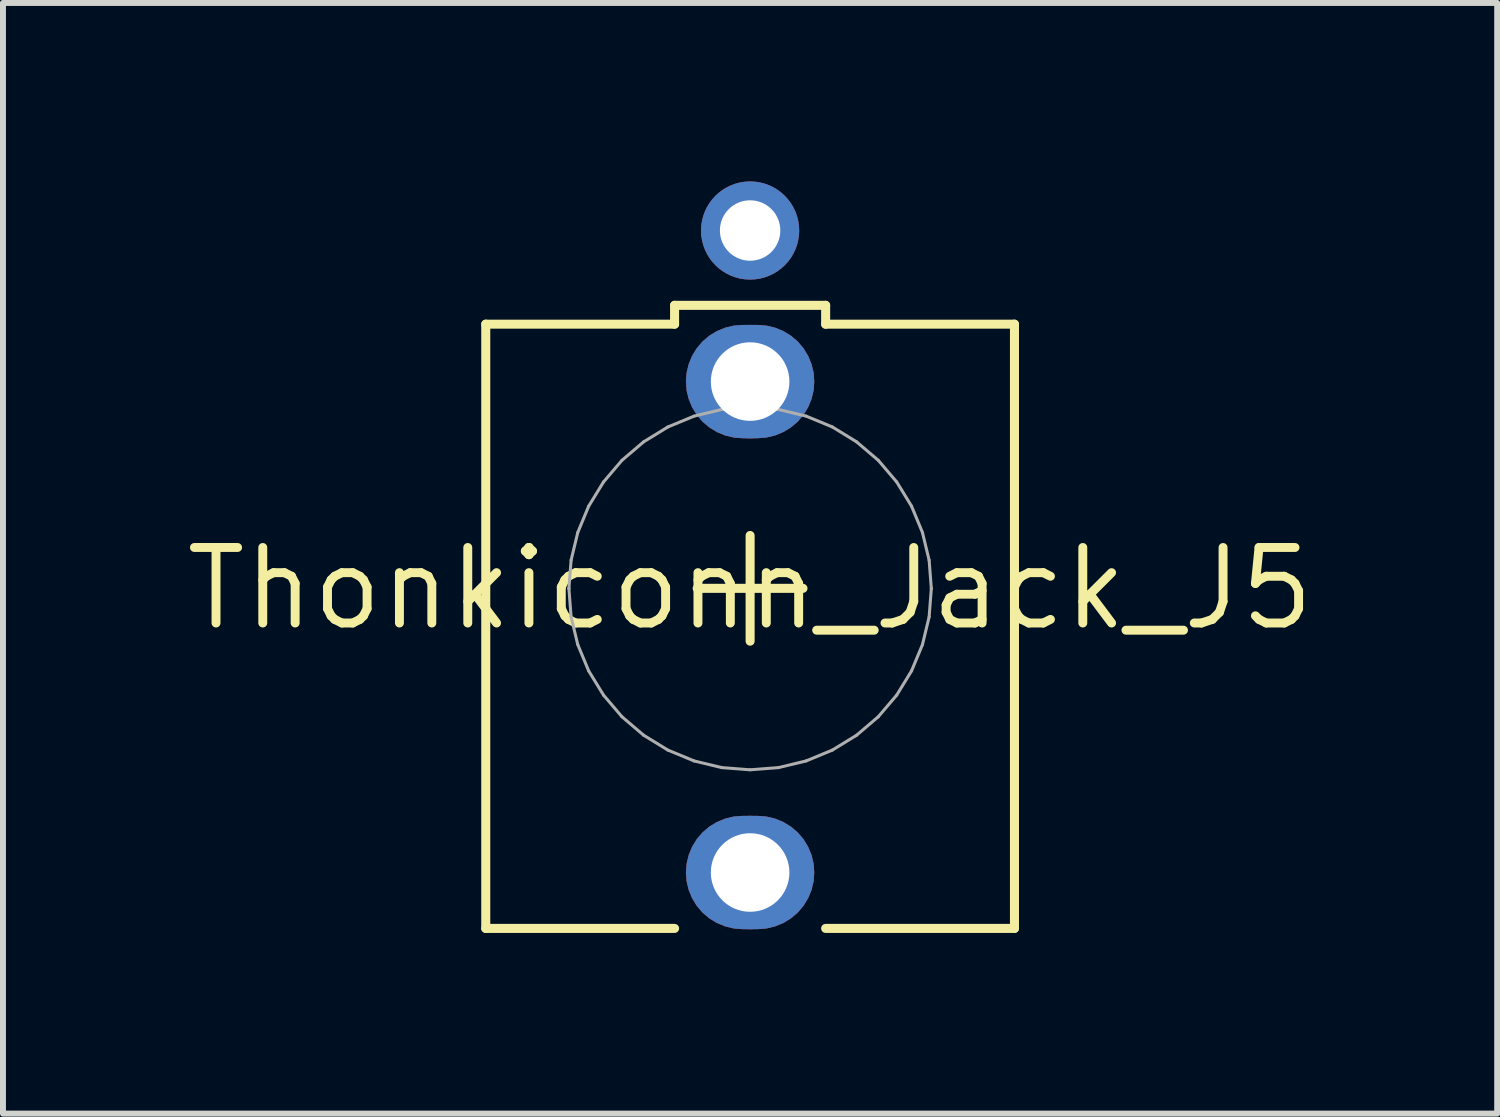
<source format=kicad_pcb>
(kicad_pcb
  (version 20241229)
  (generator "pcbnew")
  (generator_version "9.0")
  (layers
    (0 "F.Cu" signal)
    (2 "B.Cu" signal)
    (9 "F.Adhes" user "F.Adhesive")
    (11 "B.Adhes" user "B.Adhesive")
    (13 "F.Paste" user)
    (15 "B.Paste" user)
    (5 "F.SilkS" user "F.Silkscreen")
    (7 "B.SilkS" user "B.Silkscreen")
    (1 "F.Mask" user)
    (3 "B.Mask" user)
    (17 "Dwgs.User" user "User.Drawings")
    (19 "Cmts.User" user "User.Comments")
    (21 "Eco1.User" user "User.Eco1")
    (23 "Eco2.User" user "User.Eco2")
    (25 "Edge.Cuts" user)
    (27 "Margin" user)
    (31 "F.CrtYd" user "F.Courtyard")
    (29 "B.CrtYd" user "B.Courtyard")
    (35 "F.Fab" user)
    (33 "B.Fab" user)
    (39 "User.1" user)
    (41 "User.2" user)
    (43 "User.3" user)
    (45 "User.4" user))
  (footprint "Thonkiconn_Jack_J5"
    (layer "F.Cu")
    (at 9.563 6.846)
    (property "Reference" "Thonkiconn_Jack_J5" (at 0 0 0) (layer "F.SilkS") (effects (font (size 1.27 1.27) (thickness 0.15))))
    (fp_poly (pts (xy 0.276 -4.421) (xy 0.421 -4.386) (xy 0.559 -4.329) (xy 0.687 -4.251) (xy 0.801 -4.154) (xy 0.898 -4.04) (xy 0.976 -3.912) (xy 1.033 -3.774) (xy 1.068 -3.629) (xy 1.079 -3.48) (xy 1.068 -3.331) (xy 1.033 -3.186) (xy 0.976 -3.048) (xy 0.898 -2.92) (xy 0.801 -2.806) (xy 0.687 -2.709) (xy 0.559 -2.631) (xy 0.421 -2.574) (xy 0.276 -2.539) (xy 0.127 -2.527) (xy -0.127 -2.527) (xy -0.276 -2.539) (xy -0.421 -2.574) (xy -0.559 -2.631) (xy -0.687 -2.709) (xy -0.801 -2.806) (xy -0.898 -2.92) (xy -0.976 -3.048) (xy -1.033 -3.186) (xy -1.068 -3.331) (xy -1.079 -3.48) (xy -1.068 -3.629) (xy -1.033 -3.774) (xy -0.976 -3.912) (xy -0.898 -4.04) (xy -0.801 -4.154) (xy -0.687 -4.251) (xy -0.559 -4.329) (xy -0.421 -4.386) (xy -0.276 -4.421) (xy -0.127 -4.432) (xy 0.127 -4.432)) (stroke (width 0) (type default)) (fill yes) (layer "F.Cu"))
    (fp_poly (pts (xy 0.276 3.834) (xy 0.421 3.869) (xy 0.559 3.926) (xy 0.687 4.004) (xy 0.801 4.101) (xy 0.898 4.215) (xy 0.976 4.343) (xy 1.033 4.481) (xy 1.068 4.626) (xy 1.079 4.775) (xy 1.068 4.924) (xy 1.033 5.069) (xy 0.976 5.207) (xy 0.898 5.335) (xy 0.801 5.449) (xy 0.687 5.546) (xy 0.559 5.624) (xy 0.421 5.681) (xy 0.276 5.716) (xy 0.127 5.728) (xy -0.127 5.728) (xy -0.276 5.716) (xy -0.421 5.681) (xy -0.559 5.624) (xy -0.687 5.546) (xy -0.801 5.449) (xy -0.898 5.335) (xy -0.976 5.207) (xy -1.033 5.069) (xy -1.068 4.924) (xy -1.079 4.775) (xy -1.068 4.626) (xy -1.033 4.481) (xy -0.976 4.343) (xy -0.898 4.215) (xy -0.801 4.101) (xy -0.687 4.004) (xy -0.559 3.926) (xy -0.421 3.869) (xy -0.276 3.834) (xy -0.127 3.823) (xy 0.127 3.823)) (stroke (width 0) (type default)) (fill yes) (layer "F.Cu"))
    (fp_poly (pts (xy 0.292 -4.522) (xy 0.453 -4.483) (xy 0.606 -4.42) (xy 0.748 -4.334) (xy 0.873 -4.226) (xy 0.981 -4.1) (xy 1.067 -3.958) (xy 1.131 -3.806) (xy 1.169 -3.645) (xy 1.182 -3.48) (xy 1.169 -3.315) (xy 1.131 -3.154) (xy 1.067 -3.001) (xy 0.981 -2.859) (xy 0.873 -2.733) (xy 0.748 -2.626) (xy 0.606 -2.54) (xy 0.453 -2.476) (xy 0.292 -2.438) (xy 0.127 -2.425) (xy -0.127 -2.425) (xy -0.292 -2.438) (xy -0.453 -2.476) (xy -0.606 -2.54) (xy -0.748 -2.626) (xy -0.873 -2.733) (xy -0.981 -2.859) (xy -1.067 -3.001) (xy -1.131 -3.154) (xy -1.169 -3.315) (xy -1.182 -3.48) (xy -1.169 -3.645) (xy -1.131 -3.806) (xy -1.067 -3.958) (xy -0.981 -4.1) (xy -0.873 -4.226) (xy -0.748 -4.334) (xy -0.606 -4.42) (xy -0.453 -4.483) (xy -0.292 -4.522) (xy -0.127 -4.535) (xy 0.127 -4.535)) (stroke (width 0) (type default)) (fill yes) (layer "F.Mask"))
    (fp_poly (pts (xy 0.292 3.733) (xy 0.453 3.772) (xy 0.606 3.835) (xy 0.748 3.921) (xy 0.873 4.029) (xy 0.981 4.155) (xy 1.067 4.297) (xy 1.131 4.449) (xy 1.169 4.61) (xy 1.182 4.775) (xy 1.169 4.94) (xy 1.131 5.101) (xy 1.067 5.254) (xy 0.981 5.396) (xy 0.873 5.522) (xy 0.748 5.629) (xy 0.606 5.715) (xy 0.453 5.779) (xy 0.292 5.817) (xy 0.127 5.83) (xy -0.127 5.83) (xy -0.292 5.817) (xy -0.453 5.779) (xy -0.606 5.715) (xy -0.748 5.629) (xy -0.873 5.522) (xy -0.981 5.396) (xy -1.067 5.254) (xy -1.131 5.101) (xy -1.169 4.94) (xy -1.182 4.775) (xy -1.169 4.61) (xy -1.131 4.449) (xy -1.067 4.297) (xy -0.981 4.155) (xy -0.873 4.029) (xy -0.748 3.921) (xy -0.606 3.835) (xy -0.453 3.772) (xy -0.292 3.733) (xy -0.127 3.72) (xy 0.127 3.72)) (stroke (width 0) (type default)) (fill yes) (layer "F.Mask"))
    (fp_poly (pts (xy 0.276 -4.421) (xy 0.421 -4.386) (xy 0.559 -4.329) (xy 0.687 -4.251) (xy 0.801 -4.154) (xy 0.898 -4.04) (xy 0.976 -3.912) (xy 1.033 -3.774) (xy 1.068 -3.629) (xy 1.079 -3.48) (xy 1.068 -3.331) (xy 1.033 -3.186) (xy 0.976 -3.048) (xy 0.898 -2.92) (xy 0.801 -2.806) (xy 0.687 -2.709) (xy 0.559 -2.631) (xy 0.421 -2.574) (xy 0.276 -2.539) (xy 0.127 -2.527) (xy -0.127 -2.527) (xy -0.276 -2.539) (xy -0.421 -2.574) (xy -0.559 -2.631) (xy -0.687 -2.709) (xy -0.801 -2.806) (xy -0.898 -2.92) (xy -0.976 -3.048) (xy -1.033 -3.186) (xy -1.068 -3.331) (xy -1.079 -3.48) (xy -1.068 -3.629) (xy -1.033 -3.774) (xy -0.976 -3.912) (xy -0.898 -4.04) (xy -0.801 -4.154) (xy -0.687 -4.251) (xy -0.559 -4.329) (xy -0.421 -4.386) (xy -0.276 -4.421) (xy -0.127 -4.432) (xy 0.127 -4.432)) (stroke (width 0) (type default)) (fill yes) (layer "B.Cu"))
    (fp_poly (pts (xy 0.276 3.834) (xy 0.421 3.869) (xy 0.559 3.926) (xy 0.687 4.004) (xy 0.801 4.101) (xy 0.898 4.215) (xy 0.976 4.343) (xy 1.033 4.481) (xy 1.068 4.626) (xy 1.079 4.775) (xy 1.068 4.924) (xy 1.033 5.069) (xy 0.976 5.207) (xy 0.898 5.335) (xy 0.801 5.449) (xy 0.687 5.546) (xy 0.559 5.624) (xy 0.421 5.681) (xy 0.276 5.716) (xy 0.127 5.728) (xy -0.127 5.728) (xy -0.276 5.716) (xy -0.421 5.681) (xy -0.559 5.624) (xy -0.687 5.546) (xy -0.801 5.449) (xy -0.898 5.335) (xy -0.976 5.207) (xy -1.033 5.069) (xy -1.068 4.924) (xy -1.079 4.775) (xy -1.068 4.626) (xy -1.033 4.481) (xy -0.976 4.343) (xy -0.898 4.215) (xy -0.801 4.101) (xy -0.687 4.004) (xy -0.559 3.926) (xy -0.421 3.869) (xy -0.276 3.834) (xy -0.127 3.823) (xy 0.127 3.823)) (stroke (width 0) (type default)) (fill yes) (layer "B.Cu"))
    (fp_poly (pts (xy 0.292 -4.522) (xy 0.453 -4.483) (xy 0.606 -4.42) (xy 0.748 -4.334) (xy 0.873 -4.226) (xy 0.981 -4.1) (xy 1.067 -3.958) (xy 1.131 -3.806) (xy 1.169 -3.645) (xy 1.182 -3.48) (xy 1.169 -3.315) (xy 1.131 -3.154) (xy 1.067 -3.001) (xy 0.981 -2.859) (xy 0.873 -2.733) (xy 0.748 -2.626) (xy 0.606 -2.54) (xy 0.453 -2.476) (xy 0.292 -2.438) (xy 0.127 -2.425) (xy -0.127 -2.425) (xy -0.292 -2.438) (xy -0.453 -2.476) (xy -0.606 -2.54) (xy -0.748 -2.626) (xy -0.873 -2.733) (xy -0.981 -2.859) (xy -1.067 -3.001) (xy -1.131 -3.154) (xy -1.169 -3.315) (xy -1.182 -3.48) (xy -1.169 -3.645) (xy -1.131 -3.806) (xy -1.067 -3.958) (xy -0.981 -4.1) (xy -0.873 -4.226) (xy -0.748 -4.334) (xy -0.606 -4.42) (xy -0.453 -4.483) (xy -0.292 -4.522) (xy -0.127 -4.535) (xy 0.127 -4.535)) (stroke (width 0) (type default)) (fill yes) (layer "B.Mask"))
    (fp_poly (pts (xy 0.292 3.733) (xy 0.453 3.772) (xy 0.606 3.835) (xy 0.748 3.921) (xy 0.873 4.029) (xy 0.981 4.155) (xy 1.067 4.297) (xy 1.131 4.449) (xy 1.169 4.61) (xy 1.182 4.775) (xy 1.169 4.94) (xy 1.131 5.101) (xy 1.067 5.254) (xy 0.981 5.396) (xy 0.873 5.522) (xy 0.748 5.629) (xy 0.606 5.715) (xy 0.453 5.779) (xy 0.292 5.817) (xy 0.127 5.83) (xy -0.127 5.83) (xy -0.292 5.817) (xy -0.453 5.779) (xy -0.606 5.715) (xy -0.748 5.629) (xy -0.873 5.522) (xy -0.981 5.396) (xy -1.067 5.254) (xy -1.131 5.101) (xy -1.169 4.94) (xy -1.182 4.775) (xy -1.169 4.61) (xy -1.131 4.449) (xy -1.067 4.297) (xy -0.981 4.155) (xy -0.873 4.029) (xy -0.748 3.921) (xy -0.606 3.835) (xy -0.453 3.772) (xy -0.292 3.733) (xy -0.127 3.72) (xy 0.127 3.72)) (stroke (width 0) (type default)) (fill yes) (layer "B.Mask"))
    (fp_line (start -4.445 -4.445) (end -4.445 5.715) (stroke (width 0.152) (type solid)) (layer "F.SilkS"))
    (fp_line (start -1.27 -4.762) (end 1.27 -4.762) (stroke (width 0.152) (type solid)) (layer "F.SilkS"))
    (fp_line (start -1.27 -4.445) (end -4.445 -4.445) (stroke (width 0.152) (type solid)) (layer "F.SilkS"))
    (fp_line (start -1.27 -4.445) (end -1.27 -4.762) (stroke (width 0.152) (type solid)) (layer "F.SilkS"))
    (fp_line (start -1.27 5.715) (end -4.445 5.715) (stroke (width 0.152) (type solid)) (layer "F.SilkS"))
    (fp_line (start -0.89 -0.003) (end 0.889 -0.003) (stroke (width 0.152) (type solid)) (layer "F.SilkS"))
    (fp_line (start 0 0.885) (end 0 -0.892) (stroke (width 0.152) (type solid)) (layer "F.SilkS"))
    (fp_line (start 1.27 -4.762) (end 1.27 -4.445) (stroke (width 0.152) (type solid)) (layer "F.SilkS"))
    (fp_line (start 1.27 -4.445) (end 4.445 -4.445) (stroke (width 0.152) (type solid)) (layer "F.SilkS"))
    (fp_line (start 1.27 5.715) (end 4.445 5.715) (stroke (width 0.152) (type solid)) (layer "F.SilkS"))
    (fp_line (start 4.445 5.715) (end 4.445 -4.445) (stroke (width 0.152) (type solid)) (layer "F.SilkS"))
    (fp_line (start -3.047 -0.001) (end -3.047 0.001) (stroke (width 0.051) (type solid)) (layer "F.Fab"))
    (fp_line (start -3.047 0.001) (end -3.01 0.478) (stroke (width 0.051) (type solid)) (layer "F.Fab"))
    (fp_line (start -3.01 -0.477) (end -3.047 -0.001) (stroke (width 0.051) (type solid)) (layer "F.Fab"))
    (fp_line (start -3.01 0.478) (end -2.898 0.943) (stroke (width 0.051) (type solid)) (layer "F.Fab"))
    (fp_line (start -2.898 -0.942) (end -3.01 -0.477) (stroke (width 0.051) (type solid)) (layer "F.Fab"))
    (fp_line (start -2.898 0.943) (end -2.715 1.384) (stroke (width 0.051) (type solid)) (layer "F.Fab"))
    (fp_line (start -2.715 -1.384) (end -2.898 -0.942) (stroke (width 0.051) (type solid)) (layer "F.Fab"))
    (fp_line (start -2.715 1.384) (end -2.465 1.792) (stroke (width 0.051) (type solid)) (layer "F.Fab"))
    (fp_line (start -2.465 -1.792) (end -2.715 -1.384) (stroke (width 0.051) (type solid)) (layer "F.Fab"))
    (fp_line (start -2.465 1.792) (end -2.155 2.156) (stroke (width 0.051) (type solid)) (layer "F.Fab"))
    (fp_line (start -2.155 -2.156) (end -2.465 -1.792) (stroke (width 0.051) (type solid)) (layer "F.Fab"))
    (fp_line (start -2.155 2.156) (end -1.791 2.466) (stroke (width 0.051) (type solid)) (layer "F.Fab"))
    (fp_line (start -1.791 -2.466) (end -2.155 -2.156) (stroke (width 0.051) (type solid)) (layer "F.Fab"))
    (fp_line (start -1.791 2.466) (end -1.384 2.716) (stroke (width 0.051) (type solid)) (layer "F.Fab"))
    (fp_line (start -1.384 -2.716) (end -1.791 -2.466) (stroke (width 0.051) (type solid)) (layer "F.Fab"))
    (fp_line (start -1.384 2.716) (end -0.942 2.899) (stroke (width 0.051) (type solid)) (layer "F.Fab"))
    (fp_line (start -0.942 -2.899) (end -1.384 -2.716) (stroke (width 0.051) (type solid)) (layer "F.Fab"))
    (fp_line (start -0.942 2.899) (end -0.477 3.011) (stroke (width 0.051) (type solid)) (layer "F.Fab"))
    (fp_line (start -0.477 -3.011) (end -0.942 -2.899) (stroke (width 0.051) (type solid)) (layer "F.Fab"))
    (fp_line (start -0.477 3.011) (end 0 3.048) (stroke (width 0.051) (type solid)) (layer "F.Fab"))
    (fp_line (start 0 -3.048) (end -0.477 -3.011) (stroke (width 0.051) (type solid)) (layer "F.Fab"))
    (fp_line (start 0 3.048) (end 0.477 3.011) (stroke (width 0.051) (type solid)) (layer "F.Fab"))
    (fp_line (start 0.477 -3.011) (end 0 -3.048) (stroke (width 0.051) (type solid)) (layer "F.Fab"))
    (fp_line (start 0.477 3.011) (end 0.942 2.899) (stroke (width 0.051) (type solid)) (layer "F.Fab"))
    (fp_line (start 0.942 -2.899) (end 0.477 -3.011) (stroke (width 0.051) (type solid)) (layer "F.Fab"))
    (fp_line (start 0.942 2.899) (end 1.384 2.716) (stroke (width 0.051) (type solid)) (layer "F.Fab"))
    (fp_line (start 1.384 -2.716) (end 0.942 -2.899) (stroke (width 0.051) (type solid)) (layer "F.Fab"))
    (fp_line (start 1.384 2.716) (end 1.791 2.466) (stroke (width 0.051) (type solid)) (layer "F.Fab"))
    (fp_line (start 1.791 -2.466) (end 1.384 -2.716) (stroke (width 0.051) (type solid)) (layer "F.Fab"))
    (fp_line (start 1.791 2.466) (end 2.155 2.156) (stroke (width 0.051) (type solid)) (layer "F.Fab"))
    (fp_line (start 2.155 -2.156) (end 1.791 -2.466) (stroke (width 0.051) (type solid)) (layer "F.Fab"))
    (fp_line (start 2.155 2.156) (end 2.465 1.792) (stroke (width 0.051) (type solid)) (layer "F.Fab"))
    (fp_line (start 2.465 -1.792) (end 2.155 -2.156) (stroke (width 0.051) (type solid)) (layer "F.Fab"))
    (fp_line (start 2.465 1.792) (end 2.715 1.384) (stroke (width 0.051) (type solid)) (layer "F.Fab"))
    (fp_line (start 2.715 -1.384) (end 2.465 -1.792) (stroke (width 0.051) (type solid)) (layer "F.Fab"))
    (fp_line (start 2.715 1.384) (end 2.898 0.943) (stroke (width 0.051) (type solid)) (layer "F.Fab"))
    (fp_line (start 2.898 -0.942) (end 2.715 -1.384) (stroke (width 0.051) (type solid)) (layer "F.Fab"))
    (fp_line (start 2.898 0.943) (end 3.01 0.478) (stroke (width 0.051) (type solid)) (layer "F.Fab"))
    (fp_line (start 3.01 -0.477) (end 2.898 -0.942) (stroke (width 0.051) (type solid)) (layer "F.Fab"))
    (fp_line (start 3.01 0.478) (end 3.047 0.001) (stroke (width 0.051) (type solid)) (layer "F.Fab"))
    (fp_line (start 3.047 -0.001) (end 3.01 -0.477) (stroke (width 0.051) (type solid)) (layer "F.Fab"))
    (fp_line (start 3.047 0.001) (end 3.047 -0.001) (stroke (width 0.051) (type solid)) (layer "F.Fab"))
    (pad "1" thru_hole circle (at 0 -3.48) (size 1.905 1.905) (drill 1.321) (layers "*.Cu"))
    (pad "2" thru_hole circle (at 0 4.775) (size 1.905 1.905) (drill 1.321) (layers "*.Cu"))
    (pad "3" thru_hole circle (at 0 -6.02) (size 1.651 1.651) (drill 1.016) (layers "*.Cu" "*.Mask"))
    (zone (net_name "") (layer "F.Cu") (hatch edge 0.5) (connect_pads) (min_thickness 0.25) (filled_areas_thickness no) (keepout (tracks not_allowed) (vias not_allowed) (pads not_allowed) (copperpour not_allowed) (footprints allowed)) (placement (enabled no)) (fill) (polygon (pts (xy 10.805 6.845) (xy 10.785 6.623) (xy 10.725 6.408) (xy 10.629 6.207) (xy 10.498 6.027) (xy 10.337 5.873) (xy 10.151 5.751) (xy 9.946 5.663) (xy 9.729 5.614) (xy 9.507 5.604) (xy 9.286 5.634) (xy 9.074 5.702) (xy 8.878 5.808) (xy 8.704 5.947) (xy 8.558 6.114) (xy 8.444 6.306) (xy 8.365 6.514) (xy 8.326 6.733) (xy 8.326 6.956) (xy 8.365 7.175) (xy 8.444 7.383) (xy 8.558 7.575) (xy 8.704 7.742) (xy 8.878 7.881) (xy 9.074 7.987) (xy 9.286 8.055) (xy 9.507 8.085) (xy 9.729 8.075) (xy 9.946 8.026) (xy 10.151 7.938) (xy 10.337 7.816) (xy 10.498 7.662) (xy 10.629 7.482) (xy 10.725 7.281) (xy 10.785 7.066))) (polygon (pts (xy 10.555 6.845) (xy 10.534 6.645) (xy 10.474 6.453) (xy 10.377 6.278) (xy 10.246 6.126) (xy 10.087 6.003) (xy 9.907 5.914) (xy 9.713 5.864) (xy 9.512 5.854) (xy 9.314 5.884) (xy 9.126 5.954) (xy 8.955 6.06) (xy 8.81 6.198) (xy 8.695 6.363) (xy 8.616 6.548) (xy 8.576 6.744) (xy 8.576 6.945) (xy 8.616 7.141) (xy 8.695 7.326) (xy 8.81 7.491) (xy 8.955 7.629) (xy 9.126 7.735) (xy 9.314 7.805) (xy 9.512 7.835) (xy 9.713 7.825) (xy 9.907 7.775) (xy 10.087 7.686) (xy 10.246 7.563) (xy 10.377 7.411) (xy 10.474 7.236) (xy 10.534 7.044)))))
  (gr_rect
    (start -3 -3)
    (end 22.125 15.675)
    (stroke (width 0.1) (type default))
    (fill no)
    (layer "Edge.Cuts")))
</source>
